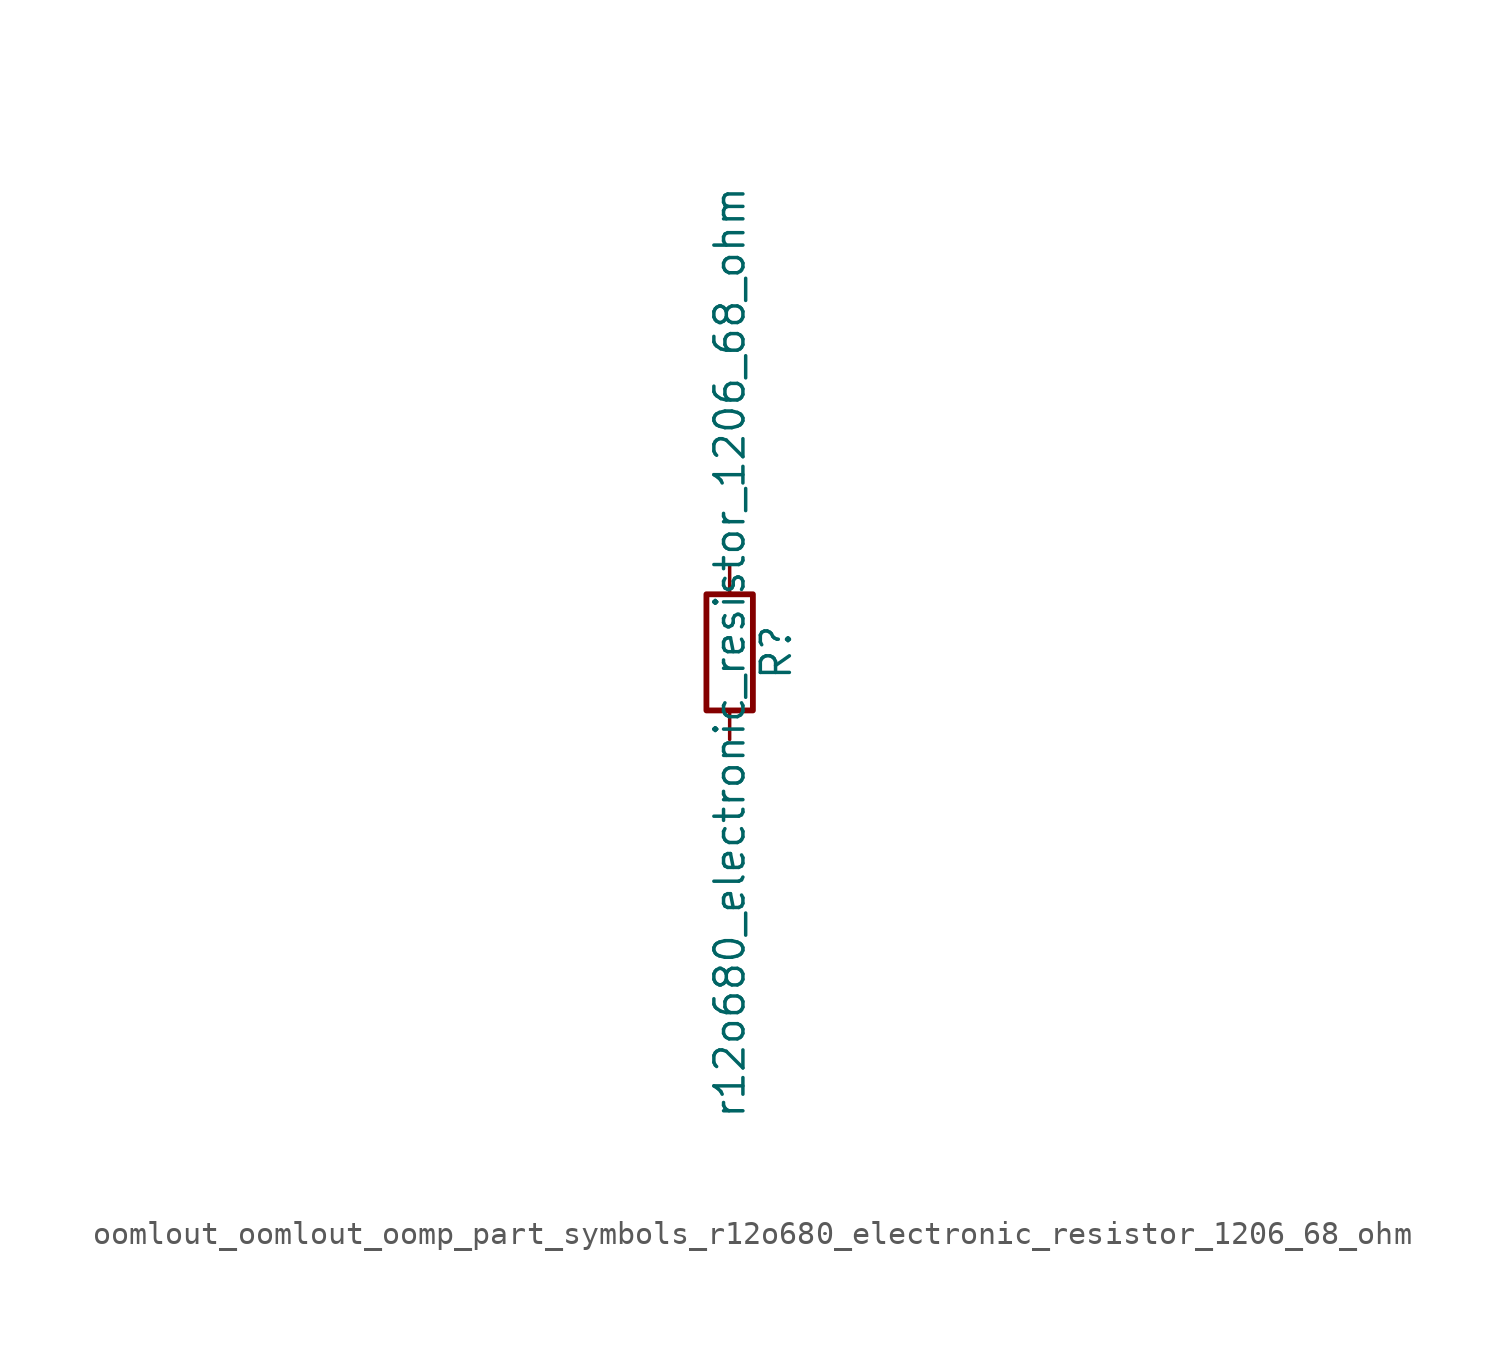
<source format=kicad_sym>
(kicad_symbol_lib
  (version 20220914)
  (generator kicad_symbol_editor)
  (symbol "oomlout_oomlout_oomp_part_symbols_r12o680_electronic_resistor_1206_68_ohm"
    (pin_numbers hide)
    (pin_names
      (offset 0))
    (property "Reference" "R"
      (at 2.032 0 90)
      (effects (font (size 1.27 1.27))))
    (property "Value" "r12o680_electronic_resistor_1206_68_ohm"
      (at 0 0 90)
      (effects (font (size 1.27 1.27))))
    (symbol "oomlout_oomlout_oomp_part_symbols_r12o680_electronic_resistor_1206_68_ohm_0_1"
      (rectangle (start -1.016 -2.54) (end 1.016 2.54) (stroke (width 0.254) (type default)) (fill (type none))))
    (symbol "oomlout_oomlout_oomp_part_symbols_r12o680_electronic_resistor_1206_68_ohm_1_1"
      (pin passive line (at 0 3.81 270) (length 1.27) (name "~" (effects (font (size 1.27 1.27)))) (number "1" (effects (font (size 1.27 1.27)))))
      (pin passive line (at 0 -3.81 90) (length 1.27) (name "~" (effects (font (size 1.27 1.27)))) (number "2" (effects (font (size 1.27 1.27))))))))
</source>
